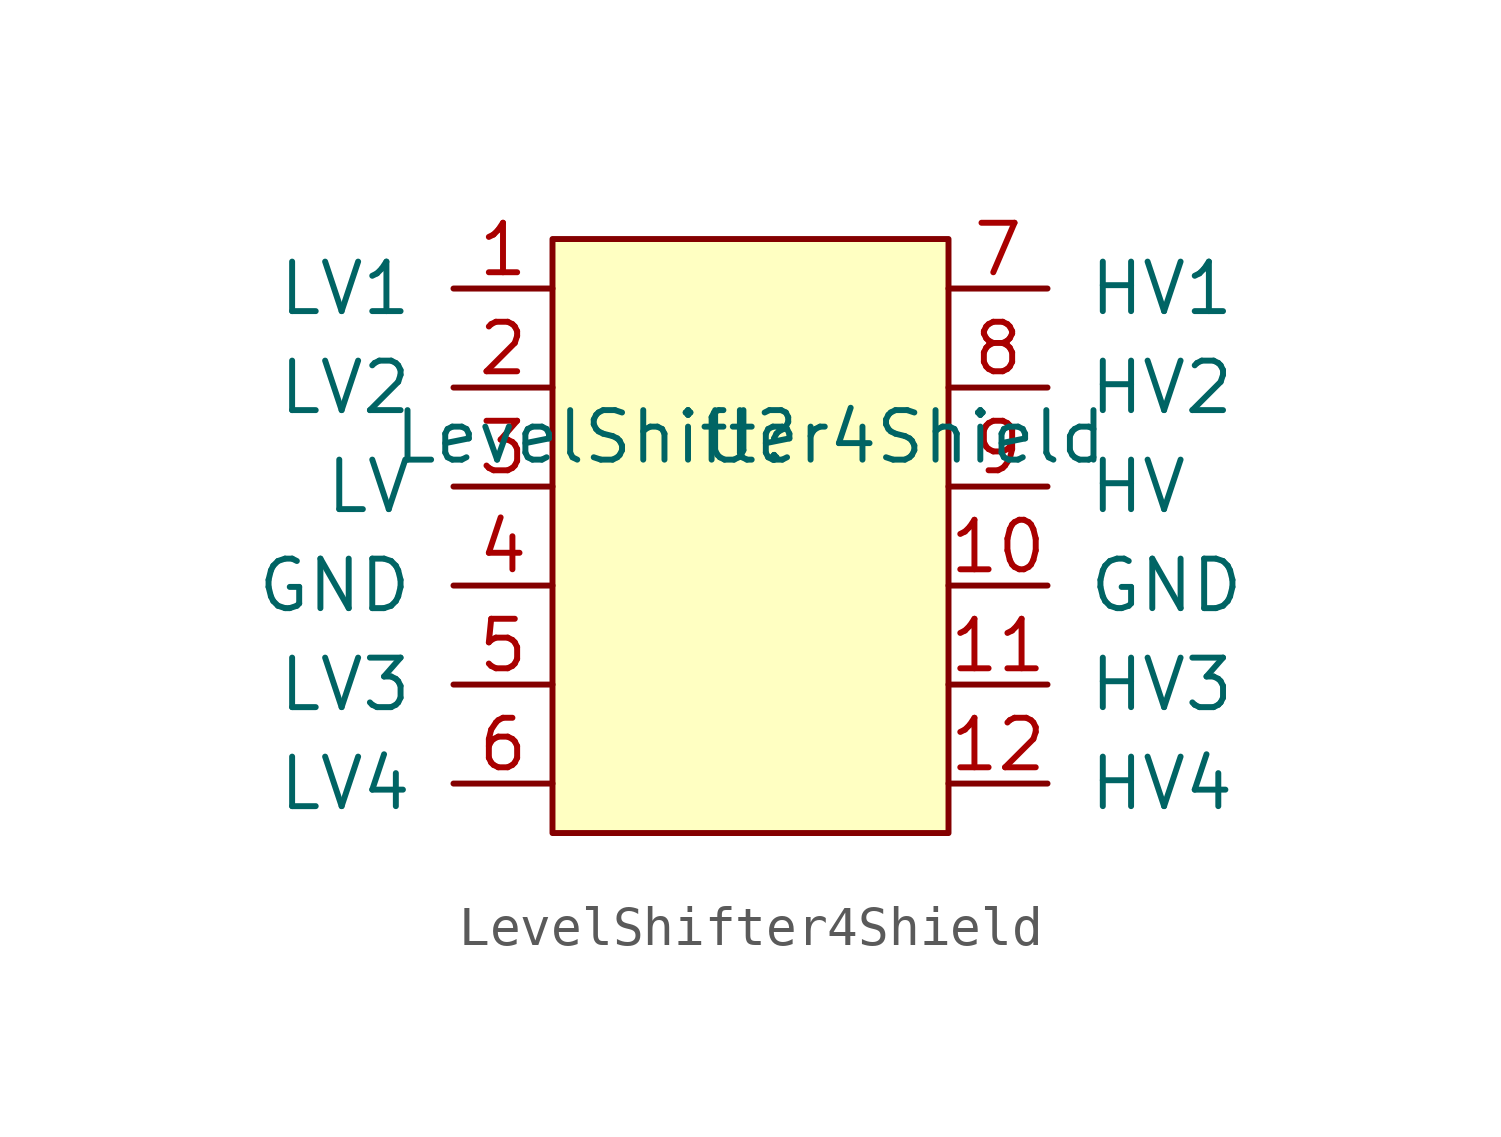
<source format=kicad_sym>
(kicad_symbol_lib
  (version 20211014)
  (generator kicad_symbol_editor)
  (symbol "LevelShifter4Shield"
    (pin_names
      (offset 1.016))
    (property "Reference" "U"
      (at 0 0 0)
      (effects (font (size 1.27 1.27))))
    (property "Value" "LevelShifter4Shield"
      (at 0 0 0)
      (effects (font (size 1.27 1.27))))
    (symbol "LevelShifter4Shield_0_1"
      (rectangle (start -5.08 5.08) (end 5.08 -10.16) (stroke (width 0) (type default) (color 0 0 0 0)) (fill (type background))))
    (symbol "LevelShifter4Shield_1_1"
      (pin bidirectional line (at -5.08 3.81 180) (length 2.54) (name "LV1" (effects (font (size 1.27 1.27)))) (number "1" (effects (font (size 1.27 1.27)))))
      (pin bidirectional line (at 5.08 -3.81 0) (length 2.54) (name "GND" (effects (font (size 1.27 1.27)))) (number "10" (effects (font (size 1.27 1.27)))))
      (pin bidirectional line (at 5.08 -6.35 0) (length 2.54) (name "HV3" (effects (font (size 1.27 1.27)))) (number "11" (effects (font (size 1.27 1.27)))))
      (pin bidirectional line (at 5.08 -8.89 0) (length 2.54) (name "HV4" (effects (font (size 1.27 1.27)))) (number "12" (effects (font (size 1.27 1.27)))))
      (pin bidirectional line (at -5.08 1.27 180) (length 2.54) (name "LV2" (effects (font (size 1.27 1.27)))) (number "2" (effects (font (size 1.27 1.27)))))
      (pin bidirectional line (at -5.08 -1.27 180) (length 2.54) (name "LV" (effects (font (size 1.27 1.27)))) (number "3" (effects (font (size 1.27 1.27)))))
      (pin bidirectional line (at -5.08 -3.81 180) (length 2.54) (name "GND" (effects (font (size 1.27 1.27)))) (number "4" (effects (font (size 1.27 1.27)))))
      (pin bidirectional line (at -5.08 -6.35 180) (length 2.54) (name "LV3" (effects (font (size 1.27 1.27)))) (number "5" (effects (font (size 1.27 1.27)))))
      (pin bidirectional line (at -5.08 -8.89 180) (length 2.54) (name "LV4" (effects (font (size 1.27 1.27)))) (number "6" (effects (font (size 1.27 1.27)))))
      (pin bidirectional line (at 5.08 3.81 0) (length 2.54) (name "HV1" (effects (font (size 1.27 1.27)))) (number "7" (effects (font (size 1.27 1.27)))))
      (pin bidirectional line (at 5.08 1.27 0) (length 2.54) (name "HV2" (effects (font (size 1.27 1.27)))) (number "8" (effects (font (size 1.27 1.27)))))
      (pin bidirectional line (at 5.08 -1.27 0) (length 2.54) (name "HV" (effects (font (size 1.27 1.27)))) (number "9" (effects (font (size 1.27 1.27))))))))
</source>
